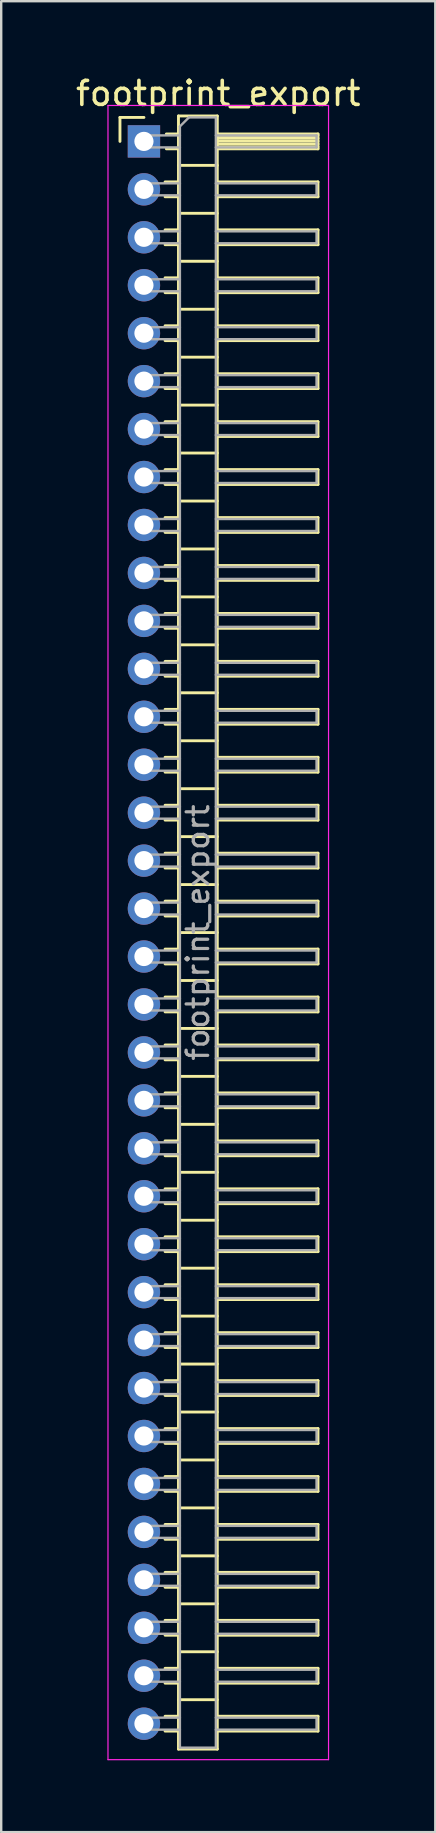
<source format=kicad_pcb>
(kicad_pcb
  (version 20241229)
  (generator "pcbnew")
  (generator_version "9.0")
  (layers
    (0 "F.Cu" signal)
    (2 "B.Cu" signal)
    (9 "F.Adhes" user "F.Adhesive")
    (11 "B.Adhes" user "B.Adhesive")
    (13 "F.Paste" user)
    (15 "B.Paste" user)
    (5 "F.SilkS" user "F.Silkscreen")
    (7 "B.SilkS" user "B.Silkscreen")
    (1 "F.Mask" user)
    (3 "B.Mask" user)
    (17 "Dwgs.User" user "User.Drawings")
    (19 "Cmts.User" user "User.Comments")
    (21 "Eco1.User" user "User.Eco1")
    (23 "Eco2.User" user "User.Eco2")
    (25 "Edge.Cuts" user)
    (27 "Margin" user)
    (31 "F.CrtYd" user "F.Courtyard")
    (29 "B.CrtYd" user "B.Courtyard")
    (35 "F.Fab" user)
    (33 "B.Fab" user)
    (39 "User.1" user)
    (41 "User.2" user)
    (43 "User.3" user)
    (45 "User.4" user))
  (footprint "footprint_export"
    (layer "F.Cu")
    (at 2.954 2.848)
    (property "Reference" "footprint_export" (at 3.1 -2 0) (layer "F.SilkS") (effects (font (size 1 1) (thickness 0.15))))
    (attr through_hole)
    (fp_line (start -1 -1) (end 0 -1) (stroke (width 0.12) (type solid)) (layer "F.SilkS"))
    (fp_line (start -1 0) (end -1 -1) (stroke (width 0.12) (type solid)) (layer "F.SilkS"))
    (fp_line (start 0.882 1.69) (end 1.44 1.69) (stroke (width 0.12) (type solid)) (layer "F.SilkS"))
    (fp_line (start 0.882 2.31) (end 1.44 2.31) (stroke (width 0.12) (type solid)) (layer "F.SilkS"))
    (fp_line (start 0.882 3.69) (end 1.44 3.69) (stroke (width 0.12) (type solid)) (layer "F.SilkS"))
    (fp_line (start 0.882 4.31) (end 1.44 4.31) (stroke (width 0.12) (type solid)) (layer "F.SilkS"))
    (fp_line (start 0.882 5.69) (end 1.44 5.69) (stroke (width 0.12) (type solid)) (layer "F.SilkS"))
    (fp_line (start 0.882 6.31) (end 1.44 6.31) (stroke (width 0.12) (type solid)) (layer "F.SilkS"))
    (fp_line (start 0.882 7.69) (end 1.44 7.69) (stroke (width 0.12) (type solid)) (layer "F.SilkS"))
    (fp_line (start 0.882 8.31) (end 1.44 8.31) (stroke (width 0.12) (type solid)) (layer "F.SilkS"))
    (fp_line (start 0.882 9.69) (end 1.44 9.69) (stroke (width 0.12) (type solid)) (layer "F.SilkS"))
    (fp_line (start 0.882 10.31) (end 1.44 10.31) (stroke (width 0.12) (type solid)) (layer "F.SilkS"))
    (fp_line (start 0.882 11.69) (end 1.44 11.69) (stroke (width 0.12) (type solid)) (layer "F.SilkS"))
    (fp_line (start 0.882 12.31) (end 1.44 12.31) (stroke (width 0.12) (type solid)) (layer "F.SilkS"))
    (fp_line (start 0.882 13.69) (end 1.44 13.69) (stroke (width 0.12) (type solid)) (layer "F.SilkS"))
    (fp_line (start 0.882 14.31) (end 1.44 14.31) (stroke (width 0.12) (type solid)) (layer "F.SilkS"))
    (fp_line (start 0.882 15.69) (end 1.44 15.69) (stroke (width 0.12) (type solid)) (layer "F.SilkS"))
    (fp_line (start 0.882 16.31) (end 1.44 16.31) (stroke (width 0.12) (type solid)) (layer "F.SilkS"))
    (fp_line (start 0.882 17.69) (end 1.44 17.69) (stroke (width 0.12) (type solid)) (layer "F.SilkS"))
    (fp_line (start 0.882 18.31) (end 1.44 18.31) (stroke (width 0.12) (type solid)) (layer "F.SilkS"))
    (fp_line (start 0.882 19.69) (end 1.44 19.69) (stroke (width 0.12) (type solid)) (layer "F.SilkS"))
    (fp_line (start 0.882 20.31) (end 1.44 20.31) (stroke (width 0.12) (type solid)) (layer "F.SilkS"))
    (fp_line (start 0.882 21.69) (end 1.44 21.69) (stroke (width 0.12) (type solid)) (layer "F.SilkS"))
    (fp_line (start 0.882 22.31) (end 1.44 22.31) (stroke (width 0.12) (type solid)) (layer "F.SilkS"))
    (fp_line (start 0.882 23.69) (end 1.44 23.69) (stroke (width 0.12) (type solid)) (layer "F.SilkS"))
    (fp_line (start 0.882 24.31) (end 1.44 24.31) (stroke (width 0.12) (type solid)) (layer "F.SilkS"))
    (fp_line (start 0.882 25.69) (end 1.44 25.69) (stroke (width 0.12) (type solid)) (layer "F.SilkS"))
    (fp_line (start 0.882 26.31) (end 1.44 26.31) (stroke (width 0.12) (type solid)) (layer "F.SilkS"))
    (fp_line (start 0.882 27.69) (end 1.44 27.69) (stroke (width 0.12) (type solid)) (layer "F.SilkS"))
    (fp_line (start 0.882 28.31) (end 1.44 28.31) (stroke (width 0.12) (type solid)) (layer "F.SilkS"))
    (fp_line (start 0.882 29.69) (end 1.44 29.69) (stroke (width 0.12) (type solid)) (layer "F.SilkS"))
    (fp_line (start 0.882 30.31) (end 1.44 30.31) (stroke (width 0.12) (type solid)) (layer "F.SilkS"))
    (fp_line (start 0.882 31.69) (end 1.44 31.69) (stroke (width 0.12) (type solid)) (layer "F.SilkS"))
    (fp_line (start 0.882 32.31) (end 1.44 32.31) (stroke (width 0.12) (type solid)) (layer "F.SilkS"))
    (fp_line (start 0.882 33.69) (end 1.44 33.69) (stroke (width 0.12) (type solid)) (layer "F.SilkS"))
    (fp_line (start 0.882 34.31) (end 1.44 34.31) (stroke (width 0.12) (type solid)) (layer "F.SilkS"))
    (fp_line (start 0.882 35.69) (end 1.44 35.69) (stroke (width 0.12) (type solid)) (layer "F.SilkS"))
    (fp_line (start 0.882 36.31) (end 1.44 36.31) (stroke (width 0.12) (type solid)) (layer "F.SilkS"))
    (fp_line (start 0.882 37.69) (end 1.44 37.69) (stroke (width 0.12) (type solid)) (layer "F.SilkS"))
    (fp_line (start 0.882 38.31) (end 1.44 38.31) (stroke (width 0.12) (type solid)) (layer "F.SilkS"))
    (fp_line (start 0.882 39.69) (end 1.44 39.69) (stroke (width 0.12) (type solid)) (layer "F.SilkS"))
    (fp_line (start 0.882 40.31) (end 1.44 40.31) (stroke (width 0.12) (type solid)) (layer "F.SilkS"))
    (fp_line (start 0.882 41.69) (end 1.44 41.69) (stroke (width 0.12) (type solid)) (layer "F.SilkS"))
    (fp_line (start 0.882 42.31) (end 1.44 42.31) (stroke (width 0.12) (type solid)) (layer "F.SilkS"))
    (fp_line (start 0.882 43.69) (end 1.44 43.69) (stroke (width 0.12) (type solid)) (layer "F.SilkS"))
    (fp_line (start 0.882 44.31) (end 1.44 44.31) (stroke (width 0.12) (type solid)) (layer "F.SilkS"))
    (fp_line (start 0.882 45.69) (end 1.44 45.69) (stroke (width 0.12) (type solid)) (layer "F.SilkS"))
    (fp_line (start 0.882 46.31) (end 1.44 46.31) (stroke (width 0.12) (type solid)) (layer "F.SilkS"))
    (fp_line (start 0.882 47.69) (end 1.44 47.69) (stroke (width 0.12) (type solid)) (layer "F.SilkS"))
    (fp_line (start 0.882 48.31) (end 1.44 48.31) (stroke (width 0.12) (type solid)) (layer "F.SilkS"))
    (fp_line (start 0.882 49.69) (end 1.44 49.69) (stroke (width 0.12) (type solid)) (layer "F.SilkS"))
    (fp_line (start 0.882 50.31) (end 1.44 50.31) (stroke (width 0.12) (type solid)) (layer "F.SilkS"))
    (fp_line (start 0.882 51.69) (end 1.44 51.69) (stroke (width 0.12) (type solid)) (layer "F.SilkS"))
    (fp_line (start 0.882 52.31) (end 1.44 52.31) (stroke (width 0.12) (type solid)) (layer "F.SilkS"))
    (fp_line (start 0.882 53.69) (end 1.44 53.69) (stroke (width 0.12) (type solid)) (layer "F.SilkS"))
    (fp_line (start 0.882 54.31) (end 1.44 54.31) (stroke (width 0.12) (type solid)) (layer "F.SilkS"))
    (fp_line (start 0.882 55.69) (end 1.44 55.69) (stroke (width 0.12) (type solid)) (layer "F.SilkS"))
    (fp_line (start 0.882 56.31) (end 1.44 56.31) (stroke (width 0.12) (type solid)) (layer "F.SilkS"))
    (fp_line (start 0.882 57.69) (end 1.44 57.69) (stroke (width 0.12) (type solid)) (layer "F.SilkS"))
    (fp_line (start 0.882 58.31) (end 1.44 58.31) (stroke (width 0.12) (type solid)) (layer "F.SilkS"))
    (fp_line (start 0.882 59.69) (end 1.44 59.69) (stroke (width 0.12) (type solid)) (layer "F.SilkS"))
    (fp_line (start 0.882 60.31) (end 1.44 60.31) (stroke (width 0.12) (type solid)) (layer "F.SilkS"))
    (fp_line (start 0.882 61.69) (end 1.44 61.69) (stroke (width 0.12) (type solid)) (layer "F.SilkS"))
    (fp_line (start 0.882 62.31) (end 1.44 62.31) (stroke (width 0.12) (type solid)) (layer "F.SilkS"))
    (fp_line (start 0.882 63.69) (end 1.44 63.69) (stroke (width 0.12) (type solid)) (layer "F.SilkS"))
    (fp_line (start 0.882 64.31) (end 1.44 64.31) (stroke (width 0.12) (type solid)) (layer "F.SilkS"))
    (fp_line (start 0.882 65.69) (end 1.44 65.69) (stroke (width 0.12) (type solid)) (layer "F.SilkS"))
    (fp_line (start 0.882 66.31) (end 1.44 66.31) (stroke (width 0.12) (type solid)) (layer "F.SilkS"))
    (fp_line (start 0.935 -0.31) (end 1.44 -0.31) (stroke (width 0.12) (type solid)) (layer "F.SilkS"))
    (fp_line (start 0.935 0.31) (end 1.44 0.31) (stroke (width 0.12) (type solid)) (layer "F.SilkS"))
    (fp_line (start 1.44 -1.06) (end 1.44 67.06) (stroke (width 0.12) (type solid)) (layer "F.SilkS"))
    (fp_line (start 1.44 1) (end 3.06 1) (stroke (width 0.12) (type solid)) (layer "F.SilkS"))
    (fp_line (start 1.44 3) (end 3.06 3) (stroke (width 0.12) (type solid)) (layer "F.SilkS"))
    (fp_line (start 1.44 5) (end 3.06 5) (stroke (width 0.12) (type solid)) (layer "F.SilkS"))
    (fp_line (start 1.44 7) (end 3.06 7) (stroke (width 0.12) (type solid)) (layer "F.SilkS"))
    (fp_line (start 1.44 9) (end 3.06 9) (stroke (width 0.12) (type solid)) (layer "F.SilkS"))
    (fp_line (start 1.44 11) (end 3.06 11) (stroke (width 0.12) (type solid)) (layer "F.SilkS"))
    (fp_line (start 1.44 13) (end 3.06 13) (stroke (width 0.12) (type solid)) (layer "F.SilkS"))
    (fp_line (start 1.44 15) (end 3.06 15) (stroke (width 0.12) (type solid)) (layer "F.SilkS"))
    (fp_line (start 1.44 17) (end 3.06 17) (stroke (width 0.12) (type solid)) (layer "F.SilkS"))
    (fp_line (start 1.44 19) (end 3.06 19) (stroke (width 0.12) (type solid)) (layer "F.SilkS"))
    (fp_line (start 1.44 21) (end 3.06 21) (stroke (width 0.12) (type solid)) (layer "F.SilkS"))
    (fp_line (start 1.44 23) (end 3.06 23) (stroke (width 0.12) (type solid)) (layer "F.SilkS"))
    (fp_line (start 1.44 25) (end 3.06 25) (stroke (width 0.12) (type solid)) (layer "F.SilkS"))
    (fp_line (start 1.44 27) (end 3.06 27) (stroke (width 0.12) (type solid)) (layer "F.SilkS"))
    (fp_line (start 1.44 29) (end 3.06 29) (stroke (width 0.12) (type solid)) (layer "F.SilkS"))
    (fp_line (start 1.44 31) (end 3.06 31) (stroke (width 0.12) (type solid)) (layer "F.SilkS"))
    (fp_line (start 1.44 33) (end 3.06 33) (stroke (width 0.12) (type solid)) (layer "F.SilkS"))
    (fp_line (start 1.44 35) (end 3.06 35) (stroke (width 0.12) (type solid)) (layer "F.SilkS"))
    (fp_line (start 1.44 37) (end 3.06 37) (stroke (width 0.12) (type solid)) (layer "F.SilkS"))
    (fp_line (start 1.44 39) (end 3.06 39) (stroke (width 0.12) (type solid)) (layer "F.SilkS"))
    (fp_line (start 1.44 41) (end 3.06 41) (stroke (width 0.12) (type solid)) (layer "F.SilkS"))
    (fp_line (start 1.44 43) (end 3.06 43) (stroke (width 0.12) (type solid)) (layer "F.SilkS"))
    (fp_line (start 1.44 45) (end 3.06 45) (stroke (width 0.12) (type solid)) (layer "F.SilkS"))
    (fp_line (start 1.44 47) (end 3.06 47) (stroke (width 0.12) (type solid)) (layer "F.SilkS"))
    (fp_line (start 1.44 49) (end 3.06 49) (stroke (width 0.12) (type solid)) (layer "F.SilkS"))
    (fp_line (start 1.44 51) (end 3.06 51) (stroke (width 0.12) (type solid)) (layer "F.SilkS"))
    (fp_line (start 1.44 53) (end 3.06 53) (stroke (width 0.12) (type solid)) (layer "F.SilkS"))
    (fp_line (start 1.44 55) (end 3.06 55) (stroke (width 0.12) (type solid)) (layer "F.SilkS"))
    (fp_line (start 1.44 57) (end 3.06 57) (stroke (width 0.12) (type solid)) (layer "F.SilkS"))
    (fp_line (start 1.44 59) (end 3.06 59) (stroke (width 0.12) (type solid)) (layer "F.SilkS"))
    (fp_line (start 1.44 61) (end 3.06 61) (stroke (width 0.12) (type solid)) (layer "F.SilkS"))
    (fp_line (start 1.44 63) (end 3.06 63) (stroke (width 0.12) (type solid)) (layer "F.SilkS"))
    (fp_line (start 1.44 65) (end 3.06 65) (stroke (width 0.12) (type solid)) (layer "F.SilkS"))
    (fp_line (start 1.44 67.06) (end 3.06 67.06) (stroke (width 0.12) (type solid)) (layer "F.SilkS"))
    (fp_line (start 3.06 -1.06) (end 1.44 -1.06) (stroke (width 0.12) (type solid)) (layer "F.SilkS"))
    (fp_line (start 3.06 -0.31) (end 7.26 -0.31) (stroke (width 0.12) (type solid)) (layer "F.SilkS"))
    (fp_line (start 3.06 -0.25) (end 7.26 -0.25) (stroke (width 0.12) (type solid)) (layer "F.SilkS"))
    (fp_line (start 3.06 -0.13) (end 7.26 -0.13) (stroke (width 0.12) (type solid)) (layer "F.SilkS"))
    (fp_line (start 3.06 -0.01) (end 7.26 -0.01) (stroke (width 0.12) (type solid)) (layer "F.SilkS"))
    (fp_line (start 3.06 0.11) (end 7.26 0.11) (stroke (width 0.12) (type solid)) (layer "F.SilkS"))
    (fp_line (start 3.06 0.23) (end 7.26 0.23) (stroke (width 0.12) (type solid)) (layer "F.SilkS"))
    (fp_line (start 3.06 1.69) (end 7.26 1.69) (stroke (width 0.12) (type solid)) (layer "F.SilkS"))
    (fp_line (start 3.06 3.69) (end 7.26 3.69) (stroke (width 0.12) (type solid)) (layer "F.SilkS"))
    (fp_line (start 3.06 5.69) (end 7.26 5.69) (stroke (width 0.12) (type solid)) (layer "F.SilkS"))
    (fp_line (start 3.06 7.69) (end 7.26 7.69) (stroke (width 0.12) (type solid)) (layer "F.SilkS"))
    (fp_line (start 3.06 9.69) (end 7.26 9.69) (stroke (width 0.12) (type solid)) (layer "F.SilkS"))
    (fp_line (start 3.06 11.69) (end 7.26 11.69) (stroke (width 0.12) (type solid)) (layer "F.SilkS"))
    (fp_line (start 3.06 13.69) (end 7.26 13.69) (stroke (width 0.12) (type solid)) (layer "F.SilkS"))
    (fp_line (start 3.06 15.69) (end 7.26 15.69) (stroke (width 0.12) (type solid)) (layer "F.SilkS"))
    (fp_line (start 3.06 17.69) (end 7.26 17.69) (stroke (width 0.12) (type solid)) (layer "F.SilkS"))
    (fp_line (start 3.06 19.69) (end 7.26 19.69) (stroke (width 0.12) (type solid)) (layer "F.SilkS"))
    (fp_line (start 3.06 21.69) (end 7.26 21.69) (stroke (width 0.12) (type solid)) (layer "F.SilkS"))
    (fp_line (start 3.06 23.69) (end 7.26 23.69) (stroke (width 0.12) (type solid)) (layer "F.SilkS"))
    (fp_line (start 3.06 25.69) (end 7.26 25.69) (stroke (width 0.12) (type solid)) (layer "F.SilkS"))
    (fp_line (start 3.06 27.69) (end 7.26 27.69) (stroke (width 0.12) (type solid)) (layer "F.SilkS"))
    (fp_line (start 3.06 29.69) (end 7.26 29.69) (stroke (width 0.12) (type solid)) (layer "F.SilkS"))
    (fp_line (start 3.06 31.69) (end 7.26 31.69) (stroke (width 0.12) (type solid)) (layer "F.SilkS"))
    (fp_line (start 3.06 33.69) (end 7.26 33.69) (stroke (width 0.12) (type solid)) (layer "F.SilkS"))
    (fp_line (start 3.06 35.69) (end 7.26 35.69) (stroke (width 0.12) (type solid)) (layer "F.SilkS"))
    (fp_line (start 3.06 37.69) (end 7.26 37.69) (stroke (width 0.12) (type solid)) (layer "F.SilkS"))
    (fp_line (start 3.06 39.69) (end 7.26 39.69) (stroke (width 0.12) (type solid)) (layer "F.SilkS"))
    (fp_line (start 3.06 41.69) (end 7.26 41.69) (stroke (width 0.12) (type solid)) (layer "F.SilkS"))
    (fp_line (start 3.06 43.69) (end 7.26 43.69) (stroke (width 0.12) (type solid)) (layer "F.SilkS"))
    (fp_line (start 3.06 45.69) (end 7.26 45.69) (stroke (width 0.12) (type solid)) (layer "F.SilkS"))
    (fp_line (start 3.06 47.69) (end 7.26 47.69) (stroke (width 0.12) (type solid)) (layer "F.SilkS"))
    (fp_line (start 3.06 49.69) (end 7.26 49.69) (stroke (width 0.12) (type solid)) (layer "F.SilkS"))
    (fp_line (start 3.06 51.69) (end 7.26 51.69) (stroke (width 0.12) (type solid)) (layer "F.SilkS"))
    (fp_line (start 3.06 53.69) (end 7.26 53.69) (stroke (width 0.12) (type solid)) (layer "F.SilkS"))
    (fp_line (start 3.06 55.69) (end 7.26 55.69) (stroke (width 0.12) (type solid)) (layer "F.SilkS"))
    (fp_line (start 3.06 57.69) (end 7.26 57.69) (stroke (width 0.12) (type solid)) (layer "F.SilkS"))
    (fp_line (start 3.06 59.69) (end 7.26 59.69) (stroke (width 0.12) (type solid)) (layer "F.SilkS"))
    (fp_line (start 3.06 61.69) (end 7.26 61.69) (stroke (width 0.12) (type solid)) (layer "F.SilkS"))
    (fp_line (start 3.06 63.69) (end 7.26 63.69) (stroke (width 0.12) (type solid)) (layer "F.SilkS"))
    (fp_line (start 3.06 65.69) (end 7.26 65.69) (stroke (width 0.12) (type solid)) (layer "F.SilkS"))
    (fp_line (start 3.06 67.06) (end 3.06 -1.06) (stroke (width 0.12) (type solid)) (layer "F.SilkS"))
    (fp_line (start 7.26 -0.31) (end 7.26 0.31) (stroke (width 0.12) (type solid)) (layer "F.SilkS"))
    (fp_line (start 7.26 0.31) (end 3.06 0.31) (stroke (width 0.12) (type solid)) (layer "F.SilkS"))
    (fp_line (start 7.26 1.69) (end 7.26 2.31) (stroke (width 0.12) (type solid)) (layer "F.SilkS"))
    (fp_line (start 7.26 2.31) (end 3.06 2.31) (stroke (width 0.12) (type solid)) (layer "F.SilkS"))
    (fp_line (start 7.26 3.69) (end 7.26 4.31) (stroke (width 0.12) (type solid)) (layer "F.SilkS"))
    (fp_line (start 7.26 4.31) (end 3.06 4.31) (stroke (width 0.12) (type solid)) (layer "F.SilkS"))
    (fp_line (start 7.26 5.69) (end 7.26 6.31) (stroke (width 0.12) (type solid)) (layer "F.SilkS"))
    (fp_line (start 7.26 6.31) (end 3.06 6.31) (stroke (width 0.12) (type solid)) (layer "F.SilkS"))
    (fp_line (start 7.26 7.69) (end 7.26 8.31) (stroke (width 0.12) (type solid)) (layer "F.SilkS"))
    (fp_line (start 7.26 8.31) (end 3.06 8.31) (stroke (width 0.12) (type solid)) (layer "F.SilkS"))
    (fp_line (start 7.26 9.69) (end 7.26 10.31) (stroke (width 0.12) (type solid)) (layer "F.SilkS"))
    (fp_line (start 7.26 10.31) (end 3.06 10.31) (stroke (width 0.12) (type solid)) (layer "F.SilkS"))
    (fp_line (start 7.26 11.69) (end 7.26 12.31) (stroke (width 0.12) (type solid)) (layer "F.SilkS"))
    (fp_line (start 7.26 12.31) (end 3.06 12.31) (stroke (width 0.12) (type solid)) (layer "F.SilkS"))
    (fp_line (start 7.26 13.69) (end 7.26 14.31) (stroke (width 0.12) (type solid)) (layer "F.SilkS"))
    (fp_line (start 7.26 14.31) (end 3.06 14.31) (stroke (width 0.12) (type solid)) (layer "F.SilkS"))
    (fp_line (start 7.26 15.69) (end 7.26 16.31) (stroke (width 0.12) (type solid)) (layer "F.SilkS"))
    (fp_line (start 7.26 16.31) (end 3.06 16.31) (stroke (width 0.12) (type solid)) (layer "F.SilkS"))
    (fp_line (start 7.26 17.69) (end 7.26 18.31) (stroke (width 0.12) (type solid)) (layer "F.SilkS"))
    (fp_line (start 7.26 18.31) (end 3.06 18.31) (stroke (width 0.12) (type solid)) (layer "F.SilkS"))
    (fp_line (start 7.26 19.69) (end 7.26 20.31) (stroke (width 0.12) (type solid)) (layer "F.SilkS"))
    (fp_line (start 7.26 20.31) (end 3.06 20.31) (stroke (width 0.12) (type solid)) (layer "F.SilkS"))
    (fp_line (start 7.26 21.69) (end 7.26 22.31) (stroke (width 0.12) (type solid)) (layer "F.SilkS"))
    (fp_line (start 7.26 22.31) (end 3.06 22.31) (stroke (width 0.12) (type solid)) (layer "F.SilkS"))
    (fp_line (start 7.26 23.69) (end 7.26 24.31) (stroke (width 0.12) (type solid)) (layer "F.SilkS"))
    (fp_line (start 7.26 24.31) (end 3.06 24.31) (stroke (width 0.12) (type solid)) (layer "F.SilkS"))
    (fp_line (start 7.26 25.69) (end 7.26 26.31) (stroke (width 0.12) (type solid)) (layer "F.SilkS"))
    (fp_line (start 7.26 26.31) (end 3.06 26.31) (stroke (width 0.12) (type solid)) (layer "F.SilkS"))
    (fp_line (start 7.26 27.69) (end 7.26 28.31) (stroke (width 0.12) (type solid)) (layer "F.SilkS"))
    (fp_line (start 7.26 28.31) (end 3.06 28.31) (stroke (width 0.12) (type solid)) (layer "F.SilkS"))
    (fp_line (start 7.26 29.69) (end 7.26 30.31) (stroke (width 0.12) (type solid)) (layer "F.SilkS"))
    (fp_line (start 7.26 30.31) (end 3.06 30.31) (stroke (width 0.12) (type solid)) (layer "F.SilkS"))
    (fp_line (start 7.26 31.69) (end 7.26 32.31) (stroke (width 0.12) (type solid)) (layer "F.SilkS"))
    (fp_line (start 7.26 32.31) (end 3.06 32.31) (stroke (width 0.12) (type solid)) (layer "F.SilkS"))
    (fp_line (start 7.26 33.69) (end 7.26 34.31) (stroke (width 0.12) (type solid)) (layer "F.SilkS"))
    (fp_line (start 7.26 34.31) (end 3.06 34.31) (stroke (width 0.12) (type solid)) (layer "F.SilkS"))
    (fp_line (start 7.26 35.69) (end 7.26 36.31) (stroke (width 0.12) (type solid)) (layer "F.SilkS"))
    (fp_line (start 7.26 36.31) (end 3.06 36.31) (stroke (width 0.12) (type solid)) (layer "F.SilkS"))
    (fp_line (start 7.26 37.69) (end 7.26 38.31) (stroke (width 0.12) (type solid)) (layer "F.SilkS"))
    (fp_line (start 7.26 38.31) (end 3.06 38.31) (stroke (width 0.12) (type solid)) (layer "F.SilkS"))
    (fp_line (start 7.26 39.69) (end 7.26 40.31) (stroke (width 0.12) (type solid)) (layer "F.SilkS"))
    (fp_line (start 7.26 40.31) (end 3.06 40.31) (stroke (width 0.12) (type solid)) (layer "F.SilkS"))
    (fp_line (start 7.26 41.69) (end 7.26 42.31) (stroke (width 0.12) (type solid)) (layer "F.SilkS"))
    (fp_line (start 7.26 42.31) (end 3.06 42.31) (stroke (width 0.12) (type solid)) (layer "F.SilkS"))
    (fp_line (start 7.26 43.69) (end 7.26 44.31) (stroke (width 0.12) (type solid)) (layer "F.SilkS"))
    (fp_line (start 7.26 44.31) (end 3.06 44.31) (stroke (width 0.12) (type solid)) (layer "F.SilkS"))
    (fp_line (start 7.26 45.69) (end 7.26 46.31) (stroke (width 0.12) (type solid)) (layer "F.SilkS"))
    (fp_line (start 7.26 46.31) (end 3.06 46.31) (stroke (width 0.12) (type solid)) (layer "F.SilkS"))
    (fp_line (start 7.26 47.69) (end 7.26 48.31) (stroke (width 0.12) (type solid)) (layer "F.SilkS"))
    (fp_line (start 7.26 48.31) (end 3.06 48.31) (stroke (width 0.12) (type solid)) (layer "F.SilkS"))
    (fp_line (start 7.26 49.69) (end 7.26 50.31) (stroke (width 0.12) (type solid)) (layer "F.SilkS"))
    (fp_line (start 7.26 50.31) (end 3.06 50.31) (stroke (width 0.12) (type solid)) (layer "F.SilkS"))
    (fp_line (start 7.26 51.69) (end 7.26 52.31) (stroke (width 0.12) (type solid)) (layer "F.SilkS"))
    (fp_line (start 7.26 52.31) (end 3.06 52.31) (stroke (width 0.12) (type solid)) (layer "F.SilkS"))
    (fp_line (start 7.26 53.69) (end 7.26 54.31) (stroke (width 0.12) (type solid)) (layer "F.SilkS"))
    (fp_line (start 7.26 54.31) (end 3.06 54.31) (stroke (width 0.12) (type solid)) (layer "F.SilkS"))
    (fp_line (start 7.26 55.69) (end 7.26 56.31) (stroke (width 0.12) (type solid)) (layer "F.SilkS"))
    (fp_line (start 7.26 56.31) (end 3.06 56.31) (stroke (width 0.12) (type solid)) (layer "F.SilkS"))
    (fp_line (start 7.26 57.69) (end 7.26 58.31) (stroke (width 0.12) (type solid)) (layer "F.SilkS"))
    (fp_line (start 7.26 58.31) (end 3.06 58.31) (stroke (width 0.12) (type solid)) (layer "F.SilkS"))
    (fp_line (start 7.26 59.69) (end 7.26 60.31) (stroke (width 0.12) (type solid)) (layer "F.SilkS"))
    (fp_line (start 7.26 60.31) (end 3.06 60.31) (stroke (width 0.12) (type solid)) (layer "F.SilkS"))
    (fp_line (start 7.26 61.69) (end 7.26 62.31) (stroke (width 0.12) (type solid)) (layer "F.SilkS"))
    (fp_line (start 7.26 62.31) (end 3.06 62.31) (stroke (width 0.12) (type solid)) (layer "F.SilkS"))
    (fp_line (start 7.26 63.69) (end 7.26 64.31) (stroke (width 0.12) (type solid)) (layer "F.SilkS"))
    (fp_line (start 7.26 64.31) (end 3.06 64.31) (stroke (width 0.12) (type solid)) (layer "F.SilkS"))
    (fp_line (start 7.26 65.69) (end 7.26 66.31) (stroke (width 0.12) (type solid)) (layer "F.SilkS"))
    (fp_line (start 7.26 66.31) (end 3.06 66.31) (stroke (width 0.12) (type solid)) (layer "F.SilkS"))
    (fp_line (start -1.5 -1.5) (end -1.5 67.5) (stroke (width 0.05) (type solid)) (layer "F.CrtYd"))
    (fp_line (start -1.5 67.5) (end 7.7 67.5) (stroke (width 0.05) (type solid)) (layer "F.CrtYd"))
    (fp_line (start 7.7 -1.5) (end -1.5 -1.5) (stroke (width 0.05) (type solid)) (layer "F.CrtYd"))
    (fp_line (start 7.7 67.5) (end 7.7 -1.5) (stroke (width 0.05) (type solid)) (layer "F.CrtYd"))
    (fp_line (start -0.25 -0.25) (end -0.25 0.25) (stroke (width 0.1) (type solid)) (layer "F.Fab"))
    (fp_line (start -0.25 -0.25) (end 1.5 -0.25) (stroke (width 0.1) (type solid)) (layer "F.Fab"))
    (fp_line (start -0.25 0.25) (end 1.5 0.25) (stroke (width 0.1) (type solid)) (layer "F.Fab"))
    (fp_line (start -0.25 1.75) (end -0.25 2.25) (stroke (width 0.1) (type solid)) (layer "F.Fab"))
    (fp_line (start -0.25 1.75) (end 1.5 1.75) (stroke (width 0.1) (type solid)) (layer "F.Fab"))
    (fp_line (start -0.25 2.25) (end 1.5 2.25) (stroke (width 0.1) (type solid)) (layer "F.Fab"))
    (fp_line (start -0.25 3.75) (end -0.25 4.25) (stroke (width 0.1) (type solid)) (layer "F.Fab"))
    (fp_line (start -0.25 3.75) (end 1.5 3.75) (stroke (width 0.1) (type solid)) (layer "F.Fab"))
    (fp_line (start -0.25 4.25) (end 1.5 4.25) (stroke (width 0.1) (type solid)) (layer "F.Fab"))
    (fp_line (start -0.25 5.75) (end -0.25 6.25) (stroke (width 0.1) (type solid)) (layer "F.Fab"))
    (fp_line (start -0.25 5.75) (end 1.5 5.75) (stroke (width 0.1) (type solid)) (layer "F.Fab"))
    (fp_line (start -0.25 6.25) (end 1.5 6.25) (stroke (width 0.1) (type solid)) (layer "F.Fab"))
    (fp_line (start -0.25 7.75) (end -0.25 8.25) (stroke (width 0.1) (type solid)) (layer "F.Fab"))
    (fp_line (start -0.25 7.75) (end 1.5 7.75) (stroke (width 0.1) (type solid)) (layer "F.Fab"))
    (fp_line (start -0.25 8.25) (end 1.5 8.25) (stroke (width 0.1) (type solid)) (layer "F.Fab"))
    (fp_line (start -0.25 9.75) (end -0.25 10.25) (stroke (width 0.1) (type solid)) (layer "F.Fab"))
    (fp_line (start -0.25 9.75) (end 1.5 9.75) (stroke (width 0.1) (type solid)) (layer "F.Fab"))
    (fp_line (start -0.25 10.25) (end 1.5 10.25) (stroke (width 0.1) (type solid)) (layer "F.Fab"))
    (fp_line (start -0.25 11.75) (end -0.25 12.25) (stroke (width 0.1) (type solid)) (layer "F.Fab"))
    (fp_line (start -0.25 11.75) (end 1.5 11.75) (stroke (width 0.1) (type solid)) (layer "F.Fab"))
    (fp_line (start -0.25 12.25) (end 1.5 12.25) (stroke (width 0.1) (type solid)) (layer "F.Fab"))
    (fp_line (start -0.25 13.75) (end -0.25 14.25) (stroke (width 0.1) (type solid)) (layer "F.Fab"))
    (fp_line (start -0.25 13.75) (end 1.5 13.75) (stroke (width 0.1) (type solid)) (layer "F.Fab"))
    (fp_line (start -0.25 14.25) (end 1.5 14.25) (stroke (width 0.1) (type solid)) (layer "F.Fab"))
    (fp_line (start -0.25 15.75) (end -0.25 16.25) (stroke (width 0.1) (type solid)) (layer "F.Fab"))
    (fp_line (start -0.25 15.75) (end 1.5 15.75) (stroke (width 0.1) (type solid)) (layer "F.Fab"))
    (fp_line (start -0.25 16.25) (end 1.5 16.25) (stroke (width 0.1) (type solid)) (layer "F.Fab"))
    (fp_line (start -0.25 17.75) (end -0.25 18.25) (stroke (width 0.1) (type solid)) (layer "F.Fab"))
    (fp_line (start -0.25 17.75) (end 1.5 17.75) (stroke (width 0.1) (type solid)) (layer "F.Fab"))
    (fp_line (start -0.25 18.25) (end 1.5 18.25) (stroke (width 0.1) (type solid)) (layer "F.Fab"))
    (fp_line (start -0.25 19.75) (end -0.25 20.25) (stroke (width 0.1) (type solid)) (layer "F.Fab"))
    (fp_line (start -0.25 19.75) (end 1.5 19.75) (stroke (width 0.1) (type solid)) (layer "F.Fab"))
    (fp_line (start -0.25 20.25) (end 1.5 20.25) (stroke (width 0.1) (type solid)) (layer "F.Fab"))
    (fp_line (start -0.25 21.75) (end -0.25 22.25) (stroke (width 0.1) (type solid)) (layer "F.Fab"))
    (fp_line (start -0.25 21.75) (end 1.5 21.75) (stroke (width 0.1) (type solid)) (layer "F.Fab"))
    (fp_line (start -0.25 22.25) (end 1.5 22.25) (stroke (width 0.1) (type solid)) (layer "F.Fab"))
    (fp_line (start -0.25 23.75) (end -0.25 24.25) (stroke (width 0.1) (type solid)) (layer "F.Fab"))
    (fp_line (start -0.25 23.75) (end 1.5 23.75) (stroke (width 0.1) (type solid)) (layer "F.Fab"))
    (fp_line (start -0.25 24.25) (end 1.5 24.25) (stroke (width 0.1) (type solid)) (layer "F.Fab"))
    (fp_line (start -0.25 25.75) (end -0.25 26.25) (stroke (width 0.1) (type solid)) (layer "F.Fab"))
    (fp_line (start -0.25 25.75) (end 1.5 25.75) (stroke (width 0.1) (type solid)) (layer "F.Fab"))
    (fp_line (start -0.25 26.25) (end 1.5 26.25) (stroke (width 0.1) (type solid)) (layer "F.Fab"))
    (fp_line (start -0.25 27.75) (end -0.25 28.25) (stroke (width 0.1) (type solid)) (layer "F.Fab"))
    (fp_line (start -0.25 27.75) (end 1.5 27.75) (stroke (width 0.1) (type solid)) (layer "F.Fab"))
    (fp_line (start -0.25 28.25) (end 1.5 28.25) (stroke (width 0.1) (type solid)) (layer "F.Fab"))
    (fp_line (start -0.25 29.75) (end -0.25 30.25) (stroke (width 0.1) (type solid)) (layer "F.Fab"))
    (fp_line (start -0.25 29.75) (end 1.5 29.75) (stroke (width 0.1) (type solid)) (layer "F.Fab"))
    (fp_line (start -0.25 30.25) (end 1.5 30.25) (stroke (width 0.1) (type solid)) (layer "F.Fab"))
    (fp_line (start -0.25 31.75) (end -0.25 32.25) (stroke (width 0.1) (type solid)) (layer "F.Fab"))
    (fp_line (start -0.25 31.75) (end 1.5 31.75) (stroke (width 0.1) (type solid)) (layer "F.Fab"))
    (fp_line (start -0.25 32.25) (end 1.5 32.25) (stroke (width 0.1) (type solid)) (layer "F.Fab"))
    (fp_line (start -0.25 33.75) (end -0.25 34.25) (stroke (width 0.1) (type solid)) (layer "F.Fab"))
    (fp_line (start -0.25 33.75) (end 1.5 33.75) (stroke (width 0.1) (type solid)) (layer "F.Fab"))
    (fp_line (start -0.25 34.25) (end 1.5 34.25) (stroke (width 0.1) (type solid)) (layer "F.Fab"))
    (fp_line (start -0.25 35.75) (end -0.25 36.25) (stroke (width 0.1) (type solid)) (layer "F.Fab"))
    (fp_line (start -0.25 35.75) (end 1.5 35.75) (stroke (width 0.1) (type solid)) (layer "F.Fab"))
    (fp_line (start -0.25 36.25) (end 1.5 36.25) (stroke (width 0.1) (type solid)) (layer "F.Fab"))
    (fp_line (start -0.25 37.75) (end -0.25 38.25) (stroke (width 0.1) (type solid)) (layer "F.Fab"))
    (fp_line (start -0.25 37.75) (end 1.5 37.75) (stroke (width 0.1) (type solid)) (layer "F.Fab"))
    (fp_line (start -0.25 38.25) (end 1.5 38.25) (stroke (width 0.1) (type solid)) (layer "F.Fab"))
    (fp_line (start -0.25 39.75) (end -0.25 40.25) (stroke (width 0.1) (type solid)) (layer "F.Fab"))
    (fp_line (start -0.25 39.75) (end 1.5 39.75) (stroke (width 0.1) (type solid)) (layer "F.Fab"))
    (fp_line (start -0.25 40.25) (end 1.5 40.25) (stroke (width 0.1) (type solid)) (layer "F.Fab"))
    (fp_line (start -0.25 41.75) (end -0.25 42.25) (stroke (width 0.1) (type solid)) (layer "F.Fab"))
    (fp_line (start -0.25 41.75) (end 1.5 41.75) (stroke (width 0.1) (type solid)) (layer "F.Fab"))
    (fp_line (start -0.25 42.25) (end 1.5 42.25) (stroke (width 0.1) (type solid)) (layer "F.Fab"))
    (fp_line (start -0.25 43.75) (end -0.25 44.25) (stroke (width 0.1) (type solid)) (layer "F.Fab"))
    (fp_line (start -0.25 43.75) (end 1.5 43.75) (stroke (width 0.1) (type solid)) (layer "F.Fab"))
    (fp_line (start -0.25 44.25) (end 1.5 44.25) (stroke (width 0.1) (type solid)) (layer "F.Fab"))
    (fp_line (start -0.25 45.75) (end -0.25 46.25) (stroke (width 0.1) (type solid)) (layer "F.Fab"))
    (fp_line (start -0.25 45.75) (end 1.5 45.75) (stroke (width 0.1) (type solid)) (layer "F.Fab"))
    (fp_line (start -0.25 46.25) (end 1.5 46.25) (stroke (width 0.1) (type solid)) (layer "F.Fab"))
    (fp_line (start -0.25 47.75) (end -0.25 48.25) (stroke (width 0.1) (type solid)) (layer "F.Fab"))
    (fp_line (start -0.25 47.75) (end 1.5 47.75) (stroke (width 0.1) (type solid)) (layer "F.Fab"))
    (fp_line (start -0.25 48.25) (end 1.5 48.25) (stroke (width 0.1) (type solid)) (layer "F.Fab"))
    (fp_line (start -0.25 49.75) (end -0.25 50.25) (stroke (width 0.1) (type solid)) (layer "F.Fab"))
    (fp_line (start -0.25 49.75) (end 1.5 49.75) (stroke (width 0.1) (type solid)) (layer "F.Fab"))
    (fp_line (start -0.25 50.25) (end 1.5 50.25) (stroke (width 0.1) (type solid)) (layer "F.Fab"))
    (fp_line (start -0.25 51.75) (end -0.25 52.25) (stroke (width 0.1) (type solid)) (layer "F.Fab"))
    (fp_line (start -0.25 51.75) (end 1.5 51.75) (stroke (width 0.1) (type solid)) (layer "F.Fab"))
    (fp_line (start -0.25 52.25) (end 1.5 52.25) (stroke (width 0.1) (type solid)) (layer "F.Fab"))
    (fp_line (start -0.25 53.75) (end -0.25 54.25) (stroke (width 0.1) (type solid)) (layer "F.Fab"))
    (fp_line (start -0.25 53.75) (end 1.5 53.75) (stroke (width 0.1) (type solid)) (layer "F.Fab"))
    (fp_line (start -0.25 54.25) (end 1.5 54.25) (stroke (width 0.1) (type solid)) (layer "F.Fab"))
    (fp_line (start -0.25 55.75) (end -0.25 56.25) (stroke (width 0.1) (type solid)) (layer "F.Fab"))
    (fp_line (start -0.25 55.75) (end 1.5 55.75) (stroke (width 0.1) (type solid)) (layer "F.Fab"))
    (fp_line (start -0.25 56.25) (end 1.5 56.25) (stroke (width 0.1) (type solid)) (layer "F.Fab"))
    (fp_line (start -0.25 57.75) (end -0.25 58.25) (stroke (width 0.1) (type solid)) (layer "F.Fab"))
    (fp_line (start -0.25 57.75) (end 1.5 57.75) (stroke (width 0.1) (type solid)) (layer "F.Fab"))
    (fp_line (start -0.25 58.25) (end 1.5 58.25) (stroke (width 0.1) (type solid)) (layer "F.Fab"))
    (fp_line (start -0.25 59.75) (end -0.25 60.25) (stroke (width 0.1) (type solid)) (layer "F.Fab"))
    (fp_line (start -0.25 59.75) (end 1.5 59.75) (stroke (width 0.1) (type solid)) (layer "F.Fab"))
    (fp_line (start -0.25 60.25) (end 1.5 60.25) (stroke (width 0.1) (type solid)) (layer "F.Fab"))
    (fp_line (start -0.25 61.75) (end -0.25 62.25) (stroke (width 0.1) (type solid)) (layer "F.Fab"))
    (fp_line (start -0.25 61.75) (end 1.5 61.75) (stroke (width 0.1) (type solid)) (layer "F.Fab"))
    (fp_line (start -0.25 62.25) (end 1.5 62.25) (stroke (width 0.1) (type solid)) (layer "F.Fab"))
    (fp_line (start -0.25 63.75) (end -0.25 64.25) (stroke (width 0.1) (type solid)) (layer "F.Fab"))
    (fp_line (start -0.25 63.75) (end 1.5 63.75) (stroke (width 0.1) (type solid)) (layer "F.Fab"))
    (fp_line (start -0.25 64.25) (end 1.5 64.25) (stroke (width 0.1) (type solid)) (layer "F.Fab"))
    (fp_line (start -0.25 65.75) (end -0.25 66.25) (stroke (width 0.1) (type solid)) (layer "F.Fab"))
    (fp_line (start -0.25 65.75) (end 1.5 65.75) (stroke (width 0.1) (type solid)) (layer "F.Fab"))
    (fp_line (start -0.25 66.25) (end 1.5 66.25) (stroke (width 0.1) (type solid)) (layer "F.Fab"))
    (fp_line (start 1.5 -0.625) (end 1.875 -1) (stroke (width 0.1) (type solid)) (layer "F.Fab"))
    (fp_line (start 1.5 67) (end 1.5 -0.625) (stroke (width 0.1) (type solid)) (layer "F.Fab"))
    (fp_line (start 1.875 -1) (end 3 -1) (stroke (width 0.1) (type solid)) (layer "F.Fab"))
    (fp_line (start 3 -1) (end 3 67) (stroke (width 0.1) (type solid)) (layer "F.Fab"))
    (fp_line (start 3 -0.25) (end 7.2 -0.25) (stroke (width 0.1) (type solid)) (layer "F.Fab"))
    (fp_line (start 3 0.25) (end 7.2 0.25) (stroke (width 0.1) (type solid)) (layer "F.Fab"))
    (fp_line (start 3 1.75) (end 7.2 1.75) (stroke (width 0.1) (type solid)) (layer "F.Fab"))
    (fp_line (start 3 2.25) (end 7.2 2.25) (stroke (width 0.1) (type solid)) (layer "F.Fab"))
    (fp_line (start 3 3.75) (end 7.2 3.75) (stroke (width 0.1) (type solid)) (layer "F.Fab"))
    (fp_line (start 3 4.25) (end 7.2 4.25) (stroke (width 0.1) (type solid)) (layer "F.Fab"))
    (fp_line (start 3 5.75) (end 7.2 5.75) (stroke (width 0.1) (type solid)) (layer "F.Fab"))
    (fp_line (start 3 6.25) (end 7.2 6.25) (stroke (width 0.1) (type solid)) (layer "F.Fab"))
    (fp_line (start 3 7.75) (end 7.2 7.75) (stroke (width 0.1) (type solid)) (layer "F.Fab"))
    (fp_line (start 3 8.25) (end 7.2 8.25) (stroke (width 0.1) (type solid)) (layer "F.Fab"))
    (fp_line (start 3 9.75) (end 7.2 9.75) (stroke (width 0.1) (type solid)) (layer "F.Fab"))
    (fp_line (start 3 10.25) (end 7.2 10.25) (stroke (width 0.1) (type solid)) (layer "F.Fab"))
    (fp_line (start 3 11.75) (end 7.2 11.75) (stroke (width 0.1) (type solid)) (layer "F.Fab"))
    (fp_line (start 3 12.25) (end 7.2 12.25) (stroke (width 0.1) (type solid)) (layer "F.Fab"))
    (fp_line (start 3 13.75) (end 7.2 13.75) (stroke (width 0.1) (type solid)) (layer "F.Fab"))
    (fp_line (start 3 14.25) (end 7.2 14.25) (stroke (width 0.1) (type solid)) (layer "F.Fab"))
    (fp_line (start 3 15.75) (end 7.2 15.75) (stroke (width 0.1) (type solid)) (layer "F.Fab"))
    (fp_line (start 3 16.25) (end 7.2 16.25) (stroke (width 0.1) (type solid)) (layer "F.Fab"))
    (fp_line (start 3 17.75) (end 7.2 17.75) (stroke (width 0.1) (type solid)) (layer "F.Fab"))
    (fp_line (start 3 18.25) (end 7.2 18.25) (stroke (width 0.1) (type solid)) (layer "F.Fab"))
    (fp_line (start 3 19.75) (end 7.2 19.75) (stroke (width 0.1) (type solid)) (layer "F.Fab"))
    (fp_line (start 3 20.25) (end 7.2 20.25) (stroke (width 0.1) (type solid)) (layer "F.Fab"))
    (fp_line (start 3 21.75) (end 7.2 21.75) (stroke (width 0.1) (type solid)) (layer "F.Fab"))
    (fp_line (start 3 22.25) (end 7.2 22.25) (stroke (width 0.1) (type solid)) (layer "F.Fab"))
    (fp_line (start 3 23.75) (end 7.2 23.75) (stroke (width 0.1) (type solid)) (layer "F.Fab"))
    (fp_line (start 3 24.25) (end 7.2 24.25) (stroke (width 0.1) (type solid)) (layer "F.Fab"))
    (fp_line (start 3 25.75) (end 7.2 25.75) (stroke (width 0.1) (type solid)) (layer "F.Fab"))
    (fp_line (start 3 26.25) (end 7.2 26.25) (stroke (width 0.1) (type solid)) (layer "F.Fab"))
    (fp_line (start 3 27.75) (end 7.2 27.75) (stroke (width 0.1) (type solid)) (layer "F.Fab"))
    (fp_line (start 3 28.25) (end 7.2 28.25) (stroke (width 0.1) (type solid)) (layer "F.Fab"))
    (fp_line (start 3 29.75) (end 7.2 29.75) (stroke (width 0.1) (type solid)) (layer "F.Fab"))
    (fp_line (start 3 30.25) (end 7.2 30.25) (stroke (width 0.1) (type solid)) (layer "F.Fab"))
    (fp_line (start 3 31.75) (end 7.2 31.75) (stroke (width 0.1) (type solid)) (layer "F.Fab"))
    (fp_line (start 3 32.25) (end 7.2 32.25) (stroke (width 0.1) (type solid)) (layer "F.Fab"))
    (fp_line (start 3 33.75) (end 7.2 33.75) (stroke (width 0.1) (type solid)) (layer "F.Fab"))
    (fp_line (start 3 34.25) (end 7.2 34.25) (stroke (width 0.1) (type solid)) (layer "F.Fab"))
    (fp_line (start 3 35.75) (end 7.2 35.75) (stroke (width 0.1) (type solid)) (layer "F.Fab"))
    (fp_line (start 3 36.25) (end 7.2 36.25) (stroke (width 0.1) (type solid)) (layer "F.Fab"))
    (fp_line (start 3 37.75) (end 7.2 37.75) (stroke (width 0.1) (type solid)) (layer "F.Fab"))
    (fp_line (start 3 38.25) (end 7.2 38.25) (stroke (width 0.1) (type solid)) (layer "F.Fab"))
    (fp_line (start 3 39.75) (end 7.2 39.75) (stroke (width 0.1) (type solid)) (layer "F.Fab"))
    (fp_line (start 3 40.25) (end 7.2 40.25) (stroke (width 0.1) (type solid)) (layer "F.Fab"))
    (fp_line (start 3 41.75) (end 7.2 41.75) (stroke (width 0.1) (type solid)) (layer "F.Fab"))
    (fp_line (start 3 42.25) (end 7.2 42.25) (stroke (width 0.1) (type solid)) (layer "F.Fab"))
    (fp_line (start 3 43.75) (end 7.2 43.75) (stroke (width 0.1) (type solid)) (layer "F.Fab"))
    (fp_line (start 3 44.25) (end 7.2 44.25) (stroke (width 0.1) (type solid)) (layer "F.Fab"))
    (fp_line (start 3 45.75) (end 7.2 45.75) (stroke (width 0.1) (type solid)) (layer "F.Fab"))
    (fp_line (start 3 46.25) (end 7.2 46.25) (stroke (width 0.1) (type solid)) (layer "F.Fab"))
    (fp_line (start 3 47.75) (end 7.2 47.75) (stroke (width 0.1) (type solid)) (layer "F.Fab"))
    (fp_line (start 3 48.25) (end 7.2 48.25) (stroke (width 0.1) (type solid)) (layer "F.Fab"))
    (fp_line (start 3 49.75) (end 7.2 49.75) (stroke (width 0.1) (type solid)) (layer "F.Fab"))
    (fp_line (start 3 50.25) (end 7.2 50.25) (stroke (width 0.1) (type solid)) (layer "F.Fab"))
    (fp_line (start 3 51.75) (end 7.2 51.75) (stroke (width 0.1) (type solid)) (layer "F.Fab"))
    (fp_line (start 3 52.25) (end 7.2 52.25) (stroke (width 0.1) (type solid)) (layer "F.Fab"))
    (fp_line (start 3 53.75) (end 7.2 53.75) (stroke (width 0.1) (type solid)) (layer "F.Fab"))
    (fp_line (start 3 54.25) (end 7.2 54.25) (stroke (width 0.1) (type solid)) (layer "F.Fab"))
    (fp_line (start 3 55.75) (end 7.2 55.75) (stroke (width 0.1) (type solid)) (layer "F.Fab"))
    (fp_line (start 3 56.25) (end 7.2 56.25) (stroke (width 0.1) (type solid)) (layer "F.Fab"))
    (fp_line (start 3 57.75) (end 7.2 57.75) (stroke (width 0.1) (type solid)) (layer "F.Fab"))
    (fp_line (start 3 58.25) (end 7.2 58.25) (stroke (width 0.1) (type solid)) (layer "F.Fab"))
    (fp_line (start 3 59.75) (end 7.2 59.75) (stroke (width 0.1) (type solid)) (layer "F.Fab"))
    (fp_line (start 3 60.25) (end 7.2 60.25) (stroke (width 0.1) (type solid)) (layer "F.Fab"))
    (fp_line (start 3 61.75) (end 7.2 61.75) (stroke (width 0.1) (type solid)) (layer "F.Fab"))
    (fp_line (start 3 62.25) (end 7.2 62.25) (stroke (width 0.1) (type solid)) (layer "F.Fab"))
    (fp_line (start 3 63.75) (end 7.2 63.75) (stroke (width 0.1) (type solid)) (layer "F.Fab"))
    (fp_line (start 3 64.25) (end 7.2 64.25) (stroke (width 0.1) (type solid)) (layer "F.Fab"))
    (fp_line (start 3 65.75) (end 7.2 65.75) (stroke (width 0.1) (type solid)) (layer "F.Fab"))
    (fp_line (start 3 66.25) (end 7.2 66.25) (stroke (width 0.1) (type solid)) (layer "F.Fab"))
    (fp_line (start 3 67) (end 1.5 67) (stroke (width 0.1) (type solid)) (layer "F.Fab"))
    (fp_line (start 7.2 -0.25) (end 7.2 0.25) (stroke (width 0.1) (type solid)) (layer "F.Fab"))
    (fp_line (start 7.2 1.75) (end 7.2 2.25) (stroke (width 0.1) (type solid)) (layer "F.Fab"))
    (fp_line (start 7.2 3.75) (end 7.2 4.25) (stroke (width 0.1) (type solid)) (layer "F.Fab"))
    (fp_line (start 7.2 5.75) (end 7.2 6.25) (stroke (width 0.1) (type solid)) (layer "F.Fab"))
    (fp_line (start 7.2 7.75) (end 7.2 8.25) (stroke (width 0.1) (type solid)) (layer "F.Fab"))
    (fp_line (start 7.2 9.75) (end 7.2 10.25) (stroke (width 0.1) (type solid)) (layer "F.Fab"))
    (fp_line (start 7.2 11.75) (end 7.2 12.25) (stroke (width 0.1) (type solid)) (layer "F.Fab"))
    (fp_line (start 7.2 13.75) (end 7.2 14.25) (stroke (width 0.1) (type solid)) (layer "F.Fab"))
    (fp_line (start 7.2 15.75) (end 7.2 16.25) (stroke (width 0.1) (type solid)) (layer "F.Fab"))
    (fp_line (start 7.2 17.75) (end 7.2 18.25) (stroke (width 0.1) (type solid)) (layer "F.Fab"))
    (fp_line (start 7.2 19.75) (end 7.2 20.25) (stroke (width 0.1) (type solid)) (layer "F.Fab"))
    (fp_line (start 7.2 21.75) (end 7.2 22.25) (stroke (width 0.1) (type solid)) (layer "F.Fab"))
    (fp_line (start 7.2 23.75) (end 7.2 24.25) (stroke (width 0.1) (type solid)) (layer "F.Fab"))
    (fp_line (start 7.2 25.75) (end 7.2 26.25) (stroke (width 0.1) (type solid)) (layer "F.Fab"))
    (fp_line (start 7.2 27.75) (end 7.2 28.25) (stroke (width 0.1) (type solid)) (layer "F.Fab"))
    (fp_line (start 7.2 29.75) (end 7.2 30.25) (stroke (width 0.1) (type solid)) (layer "F.Fab"))
    (fp_line (start 7.2 31.75) (end 7.2 32.25) (stroke (width 0.1) (type solid)) (layer "F.Fab"))
    (fp_line (start 7.2 33.75) (end 7.2 34.25) (stroke (width 0.1) (type solid)) (layer "F.Fab"))
    (fp_line (start 7.2 35.75) (end 7.2 36.25) (stroke (width 0.1) (type solid)) (layer "F.Fab"))
    (fp_line (start 7.2 37.75) (end 7.2 38.25) (stroke (width 0.1) (type solid)) (layer "F.Fab"))
    (fp_line (start 7.2 39.75) (end 7.2 40.25) (stroke (width 0.1) (type solid)) (layer "F.Fab"))
    (fp_line (start 7.2 41.75) (end 7.2 42.25) (stroke (width 0.1) (type solid)) (layer "F.Fab"))
    (fp_line (start 7.2 43.75) (end 7.2 44.25) (stroke (width 0.1) (type solid)) (layer "F.Fab"))
    (fp_line (start 7.2 45.75) (end 7.2 46.25) (stroke (width 0.1) (type solid)) (layer "F.Fab"))
    (fp_line (start 7.2 47.75) (end 7.2 48.25) (stroke (width 0.1) (type solid)) (layer "F.Fab"))
    (fp_line (start 7.2 49.75) (end 7.2 50.25) (stroke (width 0.1) (type solid)) (layer "F.Fab"))
    (fp_line (start 7.2 51.75) (end 7.2 52.25) (stroke (width 0.1) (type solid)) (layer "F.Fab"))
    (fp_line (start 7.2 53.75) (end 7.2 54.25) (stroke (width 0.1) (type solid)) (layer "F.Fab"))
    (fp_line (start 7.2 55.75) (end 7.2 56.25) (stroke (width 0.1) (type solid)) (layer "F.Fab"))
    (fp_line (start 7.2 57.75) (end 7.2 58.25) (stroke (width 0.1) (type solid)) (layer "F.Fab"))
    (fp_line (start 7.2 59.75) (end 7.2 60.25) (stroke (width 0.1) (type solid)) (layer "F.Fab"))
    (fp_line (start 7.2 61.75) (end 7.2 62.25) (stroke (width 0.1) (type solid)) (layer "F.Fab"))
    (fp_line (start 7.2 63.75) (end 7.2 64.25) (stroke (width 0.1) (type solid)) (layer "F.Fab"))
    (fp_line (start 7.2 65.75) (end 7.2 66.25) (stroke (width 0.1) (type solid)) (layer "F.Fab"))
    (fp_text user "${REFERENCE}" (at 2.25 33 90) (layer "F.Fab") (effects (font (size 0.9 0.9) (thickness 0.135))))
    (pad "1" thru_hole rect (at 0 0) (size 1.35 1.35) (drill 0.8) (layers "*.Cu" "*.Mask"))
    (pad "2" thru_hole oval (at 0 2) (size 1.35 1.35) (drill 0.8) (layers "*.Cu" "*.Mask"))
    (pad "3" thru_hole oval (at 0 4) (size 1.35 1.35) (drill 0.8) (layers "*.Cu" "*.Mask"))
    (pad "4" thru_hole oval (at 0 6) (size 1.35 1.35) (drill 0.8) (layers "*.Cu" "*.Mask"))
    (pad "5" thru_hole oval (at 0 8) (size 1.35 1.35) (drill 0.8) (layers "*.Cu" "*.Mask"))
    (pad "6" thru_hole oval (at 0 10) (size 1.35 1.35) (drill 0.8) (layers "*.Cu" "*.Mask"))
    (pad "7" thru_hole oval (at 0 12) (size 1.35 1.35) (drill 0.8) (layers "*.Cu" "*.Mask"))
    (pad "8" thru_hole oval (at 0 14) (size 1.35 1.35) (drill 0.8) (layers "*.Cu" "*.Mask"))
    (pad "9" thru_hole oval (at 0 16) (size 1.35 1.35) (drill 0.8) (layers "*.Cu" "*.Mask"))
    (pad "10" thru_hole oval (at 0 18) (size 1.35 1.35) (drill 0.8) (layers "*.Cu" "*.Mask"))
    (pad "11" thru_hole oval (at 0 20) (size 1.35 1.35) (drill 0.8) (layers "*.Cu" "*.Mask"))
    (pad "12" thru_hole oval (at 0 22) (size 1.35 1.35) (drill 0.8) (layers "*.Cu" "*.Mask"))
    (pad "13" thru_hole oval (at 0 24) (size 1.35 1.35) (drill 0.8) (layers "*.Cu" "*.Mask"))
    (pad "14" thru_hole oval (at 0 26) (size 1.35 1.35) (drill 0.8) (layers "*.Cu" "*.Mask"))
    (pad "15" thru_hole oval (at 0 28) (size 1.35 1.35) (drill 0.8) (layers "*.Cu" "*.Mask"))
    (pad "16" thru_hole oval (at 0 30) (size 1.35 1.35) (drill 0.8) (layers "*.Cu" "*.Mask"))
    (pad "17" thru_hole oval (at 0 32) (size 1.35 1.35) (drill 0.8) (layers "*.Cu" "*.Mask"))
    (pad "18" thru_hole oval (at 0 34) (size 1.35 1.35) (drill 0.8) (layers "*.Cu" "*.Mask"))
    (pad "19" thru_hole oval (at 0 36) (size 1.35 1.35) (drill 0.8) (layers "*.Cu" "*.Mask"))
    (pad "20" thru_hole oval (at 0 38) (size 1.35 1.35) (drill 0.8) (layers "*.Cu" "*.Mask"))
    (pad "21" thru_hole oval (at 0 40) (size 1.35 1.35) (drill 0.8) (layers "*.Cu" "*.Mask"))
    (pad "22" thru_hole oval (at 0 42) (size 1.35 1.35) (drill 0.8) (layers "*.Cu" "*.Mask"))
    (pad "23" thru_hole oval (at 0 44) (size 1.35 1.35) (drill 0.8) (layers "*.Cu" "*.Mask"))
    (pad "24" thru_hole oval (at 0 46) (size 1.35 1.35) (drill 0.8) (layers "*.Cu" "*.Mask"))
    (pad "25" thru_hole oval (at 0 48) (size 1.35 1.35) (drill 0.8) (layers "*.Cu" "*.Mask"))
    (pad "26" thru_hole oval (at 0 50) (size 1.35 1.35) (drill 0.8) (layers "*.Cu" "*.Mask"))
    (pad "27" thru_hole oval (at 0 52) (size 1.35 1.35) (drill 0.8) (layers "*.Cu" "*.Mask"))
    (pad "28" thru_hole oval (at 0 54) (size 1.35 1.35) (drill 0.8) (layers "*.Cu" "*.Mask"))
    (pad "29" thru_hole oval (at 0 56) (size 1.35 1.35) (drill 0.8) (layers "*.Cu" "*.Mask"))
    (pad "30" thru_hole oval (at 0 58) (size 1.35 1.35) (drill 0.8) (layers "*.Cu" "*.Mask"))
    (pad "31" thru_hole oval (at 0 60) (size 1.35 1.35) (drill 0.8) (layers "*.Cu" "*.Mask"))
    (pad "32" thru_hole oval (at 0 62) (size 1.35 1.35) (drill 0.8) (layers "*.Cu" "*.Mask"))
    (pad "33" thru_hole oval (at 0 64) (size 1.35 1.35) (drill 0.8) (layers "*.Cu" "*.Mask"))
    (pad "34" thru_hole oval (at 0 66) (size 1.35 1.35) (drill 0.8) (layers "*.Cu" "*.Mask")))
  (gr_rect
    (start -3 -3)
    (end 15.107 73.373)
    (stroke (width 0.1) (type default))
    (fill no)
    (layer "Edge.Cuts")))
</source>
